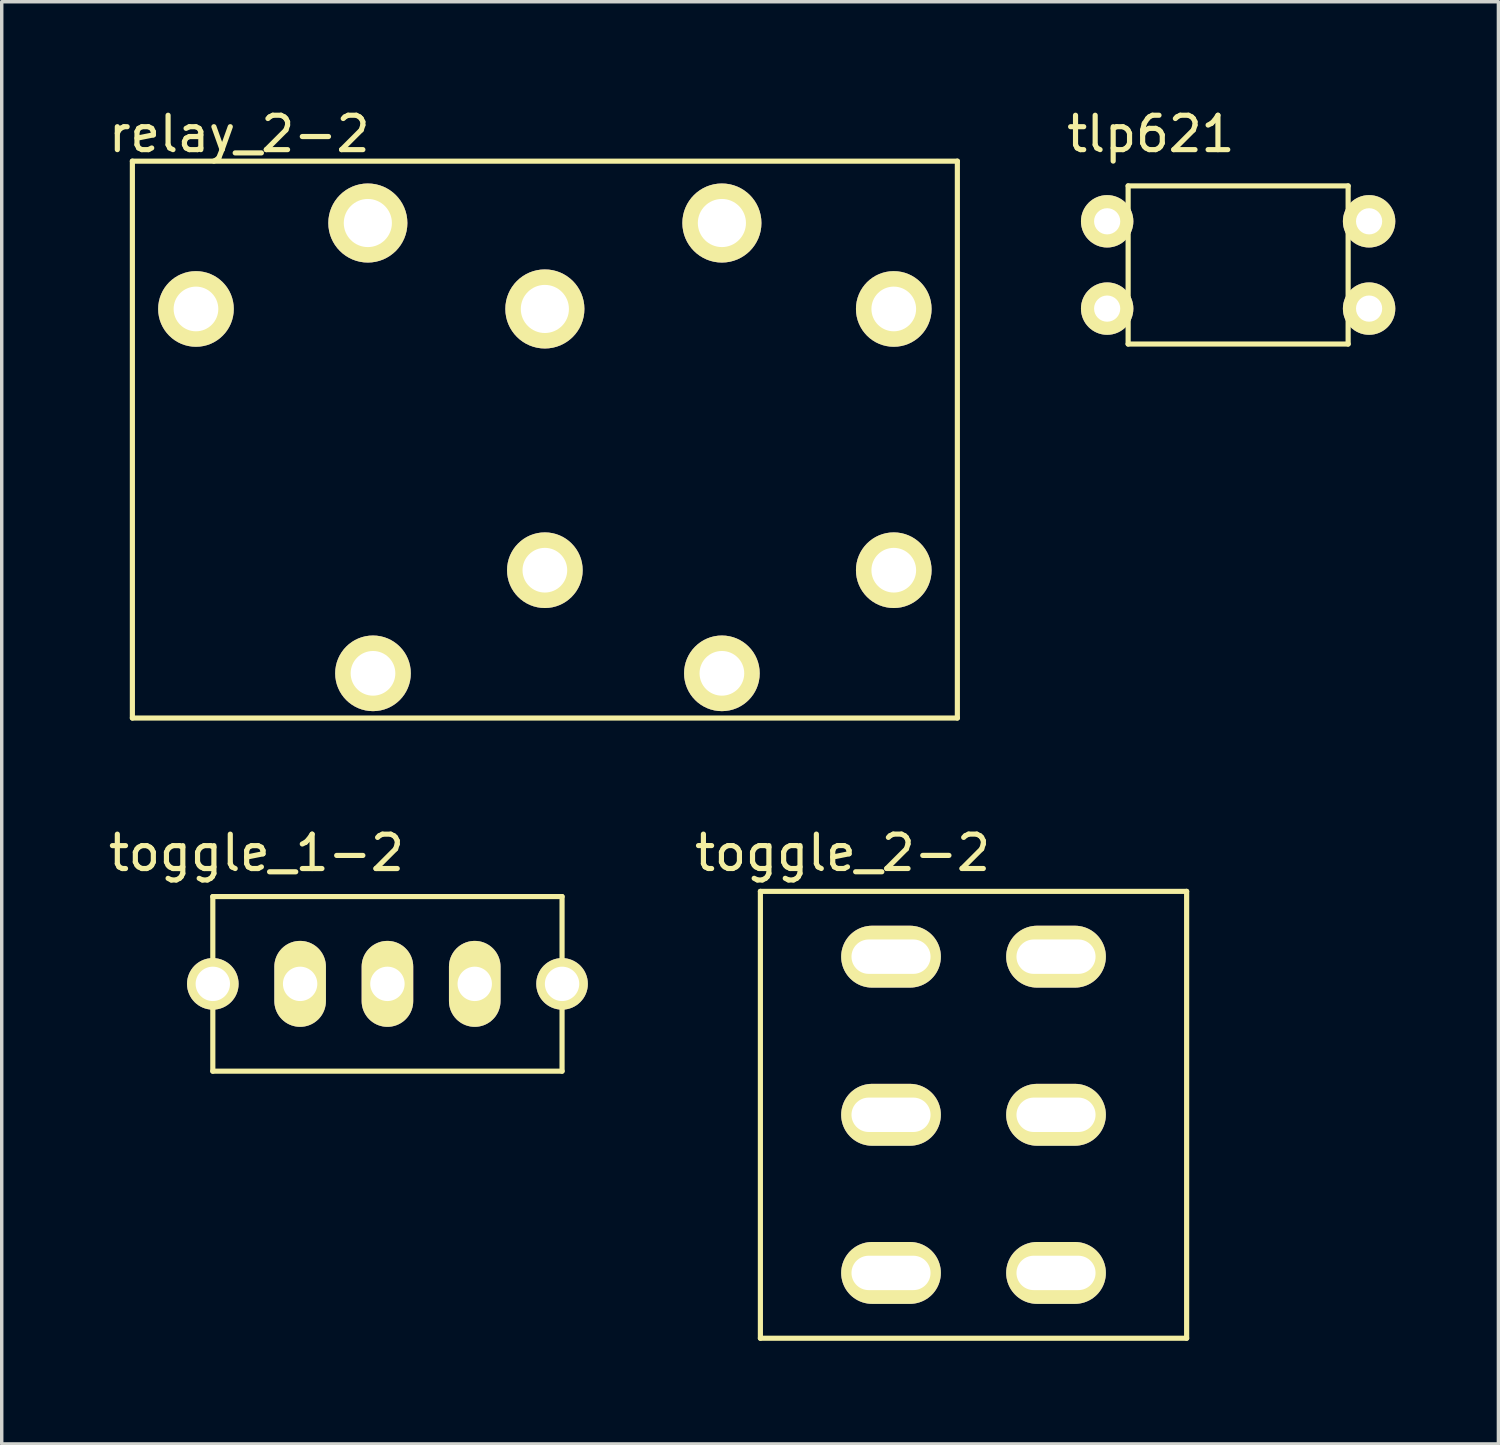
<source format=kicad_pcb>
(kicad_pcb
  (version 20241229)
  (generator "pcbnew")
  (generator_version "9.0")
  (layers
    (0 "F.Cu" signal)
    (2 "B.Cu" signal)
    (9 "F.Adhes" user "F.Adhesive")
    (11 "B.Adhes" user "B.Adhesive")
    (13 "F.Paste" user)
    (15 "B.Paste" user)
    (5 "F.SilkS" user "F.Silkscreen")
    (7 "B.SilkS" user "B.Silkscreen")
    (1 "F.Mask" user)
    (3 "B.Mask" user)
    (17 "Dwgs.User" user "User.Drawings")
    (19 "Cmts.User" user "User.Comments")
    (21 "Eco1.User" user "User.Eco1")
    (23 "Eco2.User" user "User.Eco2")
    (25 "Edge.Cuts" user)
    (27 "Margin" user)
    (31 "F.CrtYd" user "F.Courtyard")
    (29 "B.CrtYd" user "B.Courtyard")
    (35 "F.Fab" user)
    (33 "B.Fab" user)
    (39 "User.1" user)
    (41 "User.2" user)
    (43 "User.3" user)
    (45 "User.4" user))
  (footprint "relay_2-2"
    (layer "F.Cu")
    (at 12.801 9.738)
    (property "Reference" "relay_2-2" (at -8.89 -8.89 0) (layer "F.SilkS") (effects (font (size 1 1) (thickness 0.15))))
    (attr through_hole)
    (fp_line (start -12 -8.1) (end -12 8.1) (stroke (width 0.15) (type solid)) (layer "F.SilkS"))
    (fp_line (start -12 8.1) (end 12 8.1) (stroke (width 0.15) (type solid)) (layer "F.SilkS"))
    (fp_line (start 12 -8.1) (end -12 -8.1) (stroke (width 0.15) (type solid)) (layer "F.SilkS"))
    (fp_line (start 12 8.1) (end 12 -8.1) (stroke (width 0.15) (type solid)) (layer "F.SilkS"))
    (pad "1" thru_hole circle (at -5 6.8 180) (size 2.2 2.2) (drill 1.3) (layers "*.Cu" "*.Mask" "F.SilkS"))
    (pad "2" thru_hole circle (at 0 3.8 180) (size 2.2 2.2) (drill 1.3) (layers "*.Cu" "*.Mask" "F.SilkS"))
    (pad "3" thru_hole circle (at -10.15 -3.8 180) (size 2.2 2.2) (drill 1.3) (layers "*.Cu" "*.Mask" "F.SilkS"))
    (pad "4" thru_hole circle (at 0 -3.8 180) (size 2.3 2.3) (drill 1.4) (layers "*.Cu" "*.Mask" "F.SilkS"))
    (pad "5" thru_hole circle (at -5.15 -6.3 180) (size 2.3 2.3) (drill 1.4) (layers "*.Cu" "*.Mask" "F.SilkS"))
    (pad "6" thru_hole circle (at 5.15 6.8 180) (size 2.2 2.2) (drill 1.3) (layers "*.Cu" "*.Mask" "F.SilkS"))
    (pad "7" thru_hole circle (at 10.15 3.8 180) (size 2.2 2.2) (drill 1.3) (layers "*.Cu" "*.Mask" "F.SilkS"))
    (pad "8" thru_hole circle (at 10.15 -3.8 180) (size 2.2 2.2) (drill 1.3) (layers "*.Cu" "*.Mask" "F.SilkS"))
    (pad "9" thru_hole circle (at 5.15 -6.3 180) (size 2.3 2.3) (drill 1.4) (layers "*.Cu" "*.Mask" "F.SilkS")))
  (footprint "tlp621"
    (layer "F.Cu")
    (at 32.969 4.658)
    (property "Reference" "tlp621" (at -2.54 -3.81 0) (layer "F.SilkS") (effects (font (size 1 1) (thickness 0.15))))
    (attr through_hole)
    (fp_line (start -3.2 -2.3) (end 3.2 -2.3) (stroke (width 0.15) (type solid)) (layer "F.SilkS"))
    (fp_line (start -3.2 2.3) (end -3.2 -2.3) (stroke (width 0.15) (type solid)) (layer "F.SilkS"))
    (fp_line (start 3.2 -2.3) (end 3.2 2.3) (stroke (width 0.15) (type solid)) (layer "F.SilkS"))
    (fp_line (start 3.2 2.3) (end -3.2 2.3) (stroke (width 0.15) (type solid)) (layer "F.SilkS"))
    (pad "1" thru_hole circle (at -3.81 -1.27) (size 1.524 1.524) (drill 0.762) (layers "*.Cu" "*.Mask" "F.SilkS"))
    (pad "2" thru_hole circle (at -3.81 1.27) (size 1.524 1.524) (drill 0.762) (layers "*.Cu" "*.Mask" "F.SilkS"))
    (pad "3" thru_hole circle (at 3.81 1.27) (size 1.524 1.524) (drill 0.762) (layers "*.Cu" "*.Mask" "F.SilkS"))
    (pad "4" thru_hole circle (at 3.81 -1.27) (size 1.524 1.524) (drill 0.762) (layers "*.Cu" "*.Mask" "F.SilkS")))
  (footprint "toggle_2-2"
    (layer "F.Cu")
    (at 25.271 29.381)
    (property "Reference" "toggle_2-2" (at -3.81 -7.62 0) (layer "F.SilkS") (effects (font (size 1 1) (thickness 0.15))))
    (attr through_hole)
    (fp_line (start -6.2 -6.5) (end 6.2 -6.5) (stroke (width 0.15) (type solid)) (layer "F.SilkS"))
    (fp_line (start -6.2 6.5) (end -6.2 -6.5) (stroke (width 0.15) (type solid)) (layer "F.SilkS"))
    (fp_line (start 6.2 -6.5) (end 6.2 6.5) (stroke (width 0.15) (type solid)) (layer "F.SilkS"))
    (fp_line (start 6.2 6.5) (end -6.2 6.5) (stroke (width 0.15) (type solid)) (layer "F.SilkS"))
    (pad "1" thru_hole oval (at -2.4 -4.6) (size 2.9 1.8) (drill oval 2.3 1) (layers "*.Cu" "*.Mask" "F.SilkS"))
    (pad "2" thru_hole oval (at -2.4 0) (size 2.9 1.8) (drill oval 2.3 1) (layers "*.Cu" "*.Mask" "F.SilkS"))
    (pad "3" thru_hole oval (at -2.4 4.6) (size 2.9 1.8) (drill oval 2.3 1) (layers "*.Cu" "*.Mask" "F.SilkS"))
    (pad "4" thru_hole oval (at 2.4 -4.6) (size 2.9 1.8) (drill oval 2.3 1) (layers "*.Cu" "*.Mask" "F.SilkS"))
    (pad "5" thru_hole oval (at 2.4 0) (size 2.9 1.8) (drill oval 2.3 1) (layers "*.Cu" "*.Mask" "F.SilkS"))
    (pad "6" thru_hole oval (at 2.4 4.6) (size 2.9 1.8) (drill oval 2.3 1) (layers "*.Cu" "*.Mask" "F.SilkS")))
  (footprint "toggle_1-2"
    (layer "F.Cu")
    (at 8.221 25.572)
    (property "Reference" "toggle_1-2" (at -3.81 -3.81 0) (layer "F.SilkS") (effects (font (size 1 1) (thickness 0.15))))
    (attr through_hole)
    (fp_line (start -5.08 -2.54) (end 5.08 -2.54) (stroke (width 0.15) (type solid)) (layer "F.SilkS"))
    (fp_line (start -5.08 2.54) (end -5.08 -2.54) (stroke (width 0.15) (type solid)) (layer "F.SilkS"))
    (fp_line (start 5.08 -2.54) (end 5.08 2.54) (stroke (width 0.15) (type solid)) (layer "F.SilkS"))
    (fp_line (start 5.08 2.54) (end -5.08 2.54) (stroke (width 0.15) (type solid)) (layer "F.SilkS"))
    (pad "1" thru_hole oval (at -2.54 0) (size 1.5 2.5) (drill 1) (layers "*.Cu" "*.Mask" "F.SilkS"))
    (pad "2" thru_hole oval (at 0 0) (size 1.5 2.5) (drill 1) (layers "*.Cu" "*.Mask" "F.SilkS"))
    (pad "3" thru_hole oval (at 2.54 0) (size 1.5 2.5) (drill 1) (layers "*.Cu" "*.Mask" "F.SilkS"))
    (pad "~1" thru_hole circle (at -5.08 0) (size 1.5 1.5) (drill 1) (layers "*.Cu" "*.Mask" "F.SilkS"))
    (pad "~2" thru_hole circle (at 5.08 0) (size 1.5 1.5) (drill 1) (layers "*.Cu" "*.Mask" "F.SilkS")))
  (gr_rect
    (start -3 -3)
    (end 40.541 38.956)
    (stroke (width 0.1) (type default))
    (fill no)
    (layer "Edge.Cuts")))
</source>
